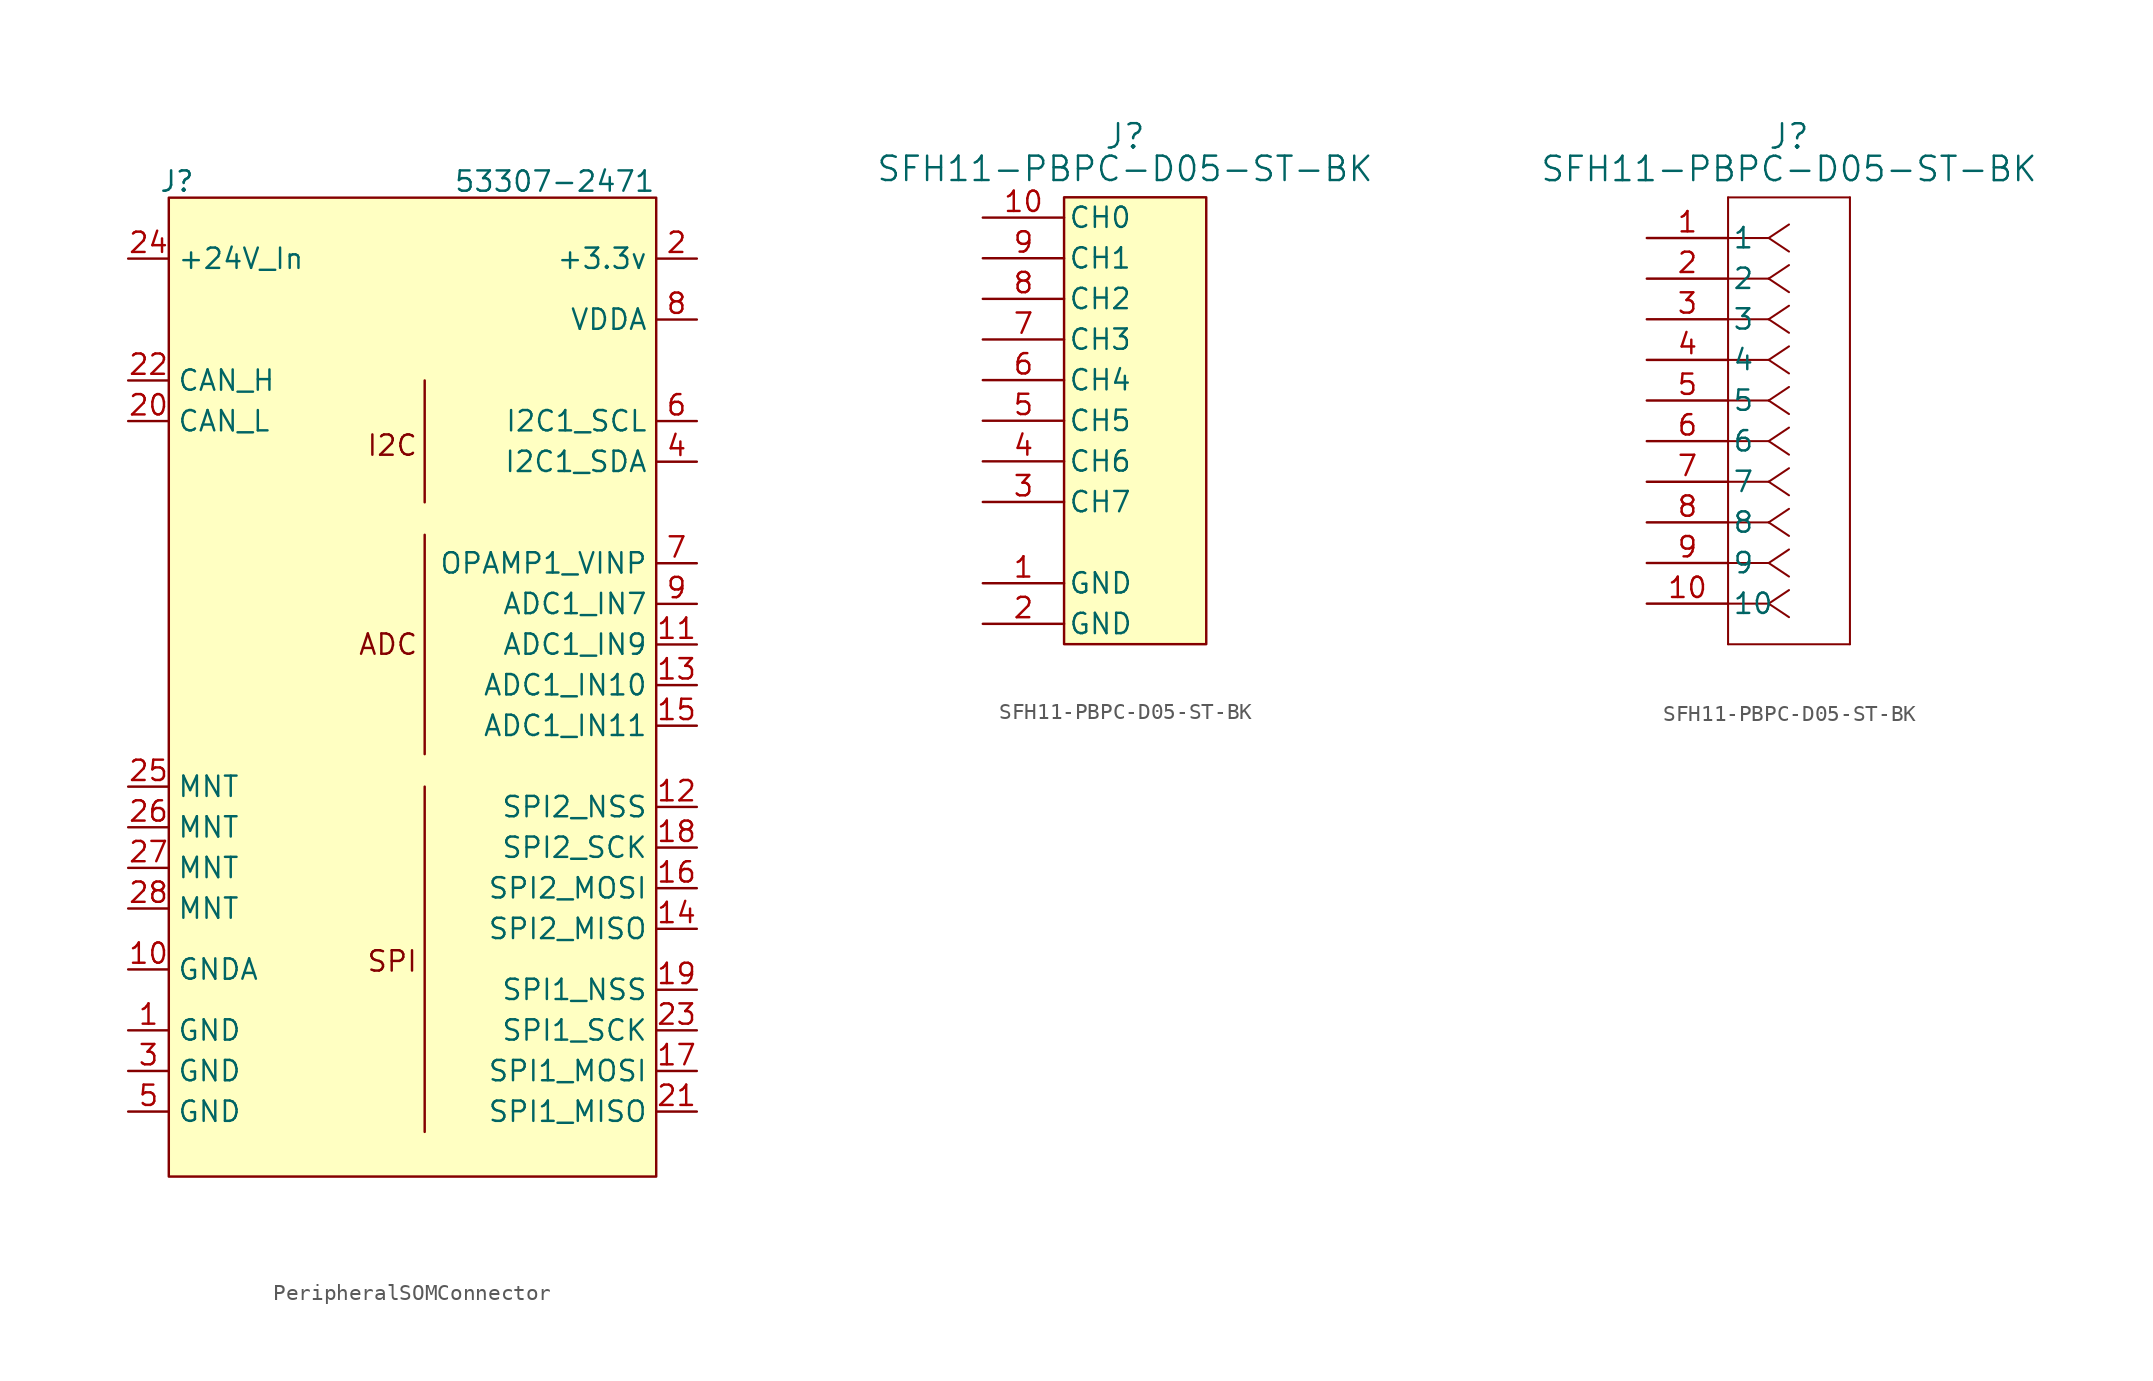
<source format=kicad_sym>
(kicad_symbol_lib
  (version 20241209)
  (generator "kicad_symbol_editor")
  (generator_version "9.0")
  (symbol "PeripheralSOMConnector"
    (property "Reference" "J"
      (at -14.732 -2.794 0)
      (effects (font (size 1.27 1.27) (thickness 0.159))))
    (property "Value" "53307-2471"
      (at 8.89 -2.794 0)
      (effects (font (size 1.27 1.27))))
    (symbol "PeripheralSOMConnector_0_1"
      (polyline (pts (xy 0.762 -22.86) (xy 0.762 -15.24)) (stroke (width 0) (type default)) (fill (type none)))
      (polyline (pts (xy 0.762 -24.892) (xy 0.762 -38.608)) (stroke (width 0) (type default)) (fill (type none)))
      (polyline (pts (xy 0.762 -40.64) (xy 0.762 -62.23)) (stroke (width 0) (type default)) (fill (type none))))
    (symbol "PeripheralSOMConnector_1_1"
      (rectangle (start -15.24 -3.81) (end 15.24 -65.024) (stroke (width 0) (type solid)) (fill (type background)))
      (text "ADC" (at -1.524 -31.75 0) (effects (font (size 1.27 1.27))))
      (text "I2C" (at -1.27 -19.304 0) (effects (font (size 1.27 1.27))))
      (text "SPI" (at -1.27 -51.562 0) (effects (font (size 1.27 1.27))))
      (pin power_in line (at -17.78 -7.62 0) (length 2.54) (name "+24V_In" (effects (font (size 1.27 1.27)))) (number "24" (effects (font (size 1.27 1.27)))))
      (pin bidirectional line (at -17.78 -15.24 0) (length 2.54) (name "CAN_H" (effects (font (size 1.27 1.27)))) (number "22" (effects (font (size 1.27 1.27)))))
      (pin bidirectional line (at -17.78 -17.78 0) (length 2.54) (name "CAN_L" (effects (font (size 1.27 1.27)))) (number "20" (effects (font (size 1.27 1.27)))))
      (pin power_in line (at -17.78 -40.64 0) (length 2.54) (name "MNT" (effects (font (size 1.27 1.27)))) (number "25" (effects (font (size 1.27 1.27)))))
      (pin power_in line (at -17.78 -43.18 0) (length 2.54) (name "MNT" (effects (font (size 1.27 1.27)))) (number "26" (effects (font (size 1.27 1.27)))))
      (pin power_in line (at -17.78 -45.72 0) (length 2.54) (name "MNT" (effects (font (size 1.27 1.27)))) (number "27" (effects (font (size 1.27 1.27)))))
      (pin power_in line (at -17.78 -48.26 0) (length 2.54) (name "MNT" (effects (font (size 1.27 1.27)))) (number "28" (effects (font (size 1.27 1.27)))))
      (pin power_out line (at -17.78 -52.07 0) (length 2.54) (name "GNDA" (effects (font (size 1.27 1.27)))) (number "10" (effects (font (size 1.27 1.27)))))
      (pin power_in line (at -17.78 -55.88 0) (length 2.54) (name "GND" (effects (font (size 1.27 1.27)))) (number "1" (effects (font (size 1.27 1.27)))))
      (pin power_in line (at -17.78 -58.42 0) (length 2.54) (name "GND" (effects (font (size 1.27 1.27)))) (number "3" (effects (font (size 1.27 1.27)))))
      (pin power_in line (at -17.78 -60.96 0) (length 2.54) (name "GND" (effects (font (size 1.27 1.27)))) (number "5" (effects (font (size 1.27 1.27)))))
      (pin power_out line (at 17.78 -7.62 180) (length 2.54) (name "+3.3v" (effects (font (size 1.27 1.27)))) (number "2" (effects (font (size 1.27 1.27)))))
      (pin power_out line (at 17.78 -11.43 180) (length 2.54) (name "VDDA" (effects (font (size 1.27 1.27)))) (number "8" (effects (font (size 1.27 1.27)))))
      (pin output line (at 17.78 -17.78 180) (length 2.54) (name "I2C1_SCL" (effects (font (size 1.27 1.27)))) (number "6" (effects (font (size 1.27 1.27)))))
      (pin bidirectional line (at 17.78 -20.32 180) (length 2.54) (name "I2C1_SDA" (effects (font (size 1.27 1.27)))) (number "4" (effects (font (size 1.27 1.27)))))
      (pin input line (at 17.78 -26.67 180) (length 2.54) (name "OPAMP1_VINP" (effects (font (size 1.27 1.27)))) (number "7" (effects (font (size 1.27 1.27)))))
      (pin input line (at 17.78 -29.21 180) (length 2.54) (name "ADC1_IN7" (effects (font (size 1.27 1.27)))) (number "9" (effects (font (size 1.27 1.27)))))
      (pin input line (at 17.78 -31.75 180) (length 2.54) (name "ADC1_IN9" (effects (font (size 1.27 1.27)))) (number "11" (effects (font (size 1.27 1.27)))))
      (pin input line (at 17.78 -34.29 180) (length 2.54) (name "ADC1_IN10" (effects (font (size 1.27 1.27)))) (number "13" (effects (font (size 1.27 1.27)))))
      (pin input line (at 17.78 -36.83 180) (length 2.54) (name "ADC1_IN11" (effects (font (size 1.27 1.27)))) (number "15" (effects (font (size 1.27 1.27)))))
      (pin output line (at 17.78 -41.91 180) (length 2.54) (name "SPI2_NSS" (effects (font (size 1.27 1.27)))) (number "12" (effects (font (size 1.27 1.27)))))
      (pin output line (at 17.78 -44.45 180) (length 2.54) (name "SPI2_SCK" (effects (font (size 1.27 1.27)))) (number "18" (effects (font (size 1.27 1.27)))))
      (pin output line (at 17.78 -46.99 180) (length 2.54) (name "SPI2_MOSI" (effects (font (size 1.27 1.27)))) (number "16" (effects (font (size 1.27 1.27)))))
      (pin input line (at 17.78 -49.53 180) (length 2.54) (name "SPI2_MISO" (effects (font (size 1.27 1.27)))) (number "14" (effects (font (size 1.27 1.27)))))
      (pin output line (at 17.78 -53.34 180) (length 2.54) (name "SPI1_NSS" (effects (font (size 1.27 1.27)))) (number "19" (effects (font (size 1.27 1.27)))))
      (pin output line (at 17.78 -55.88 180) (length 2.54) (name "SPI1_SCK" (effects (font (size 1.27 1.27)))) (number "23" (effects (font (size 1.27 1.27)))))
      (pin output line (at 17.78 -58.42 180) (length 2.54) (name "SPI1_MOSI" (effects (font (size 1.27 1.27)))) (number "17" (effects (font (size 1.27 1.27)))))
      (pin input line (at 17.78 -60.96 180) (length 2.54) (name "SPI1_MISO" (effects (font (size 1.27 1.27)))) (number "21" (effects (font (size 1.27 1.27)))))))
  (symbol "SFH11-PBPC-D05-ST-BK"
    (pin_names
      (offset 0.254))
    (property "Reference" "J"
      (at 8.89 6.35 0)
      (effects (font (size 1.524 1.524))))
    (property "Value" "SFH11-PBPC-D05-ST-BK"
      (at 8.89 4.318 0)
      (effects (font (size 1.524 1.524))))
    (symbol "SFH11-PBPC-D05-ST-BK_1_1"
      (rectangle (start 5.08 2.54) (end 13.97 -25.4) (stroke (width 0) (type solid)) (fill (type background)))
      (pin output line (at 0 1.27 0) (length 5.08) (name "CH0" (effects (font (size 1.27 1.27)))) (number "10" (effects (font (size 1.27 1.27)))))
      (pin output line (at 0 -1.27 0) (length 5.08) (name "CH1" (effects (font (size 1.27 1.27)))) (number "9" (effects (font (size 1.27 1.27)))))
      (pin output line (at 0 -3.81 0) (length 5.08) (name "CH2" (effects (font (size 1.27 1.27)))) (number "8" (effects (font (size 1.27 1.27)))))
      (pin output line (at 0 -6.35 0) (length 5.08) (name "CH3" (effects (font (size 1.27 1.27)))) (number "7" (effects (font (size 1.27 1.27)))))
      (pin output line (at 0 -8.89 0) (length 5.08) (name "CH4" (effects (font (size 1.27 1.27)))) (number "6" (effects (font (size 1.27 1.27)))))
      (pin output line (at 0 -11.43 0) (length 5.08) (name "CH5" (effects (font (size 1.27 1.27)))) (number "5" (effects (font (size 1.27 1.27)))))
      (pin output line (at 0 -13.97 0) (length 5.08) (name "CH6" (effects (font (size 1.27 1.27)))) (number "4" (effects (font (size 1.27 1.27)))))
      (pin output line (at 0 -16.51 0) (length 5.08) (name "CH7" (effects (font (size 1.27 1.27)))) (number "3" (effects (font (size 1.27 1.27)))))
      (pin output line (at 0 -21.59 0) (length 5.08) (name "GND" (effects (font (size 1.27 1.27)))) (number "1" (effects (font (size 1.27 1.27)))))
      (pin output line (at 0 -24.13 0) (length 5.08) (name "GND" (effects (font (size 1.27 1.27)))) (number "2" (effects (font (size 1.27 1.27))))))
    (symbol "SFH11-PBPC-D05-ST-BK_1_2"
      (polyline (pts (xy 5.08 2.54) (xy 5.08 -25.4)) (stroke (width 0.127) (type default)) (fill (type none)))
      (polyline (pts (xy 5.08 -25.4) (xy 12.7 -25.4)) (stroke (width 0.127) (type default)) (fill (type none)))
      (polyline (pts (xy 7.62 0) (xy 5.08 0)) (stroke (width 0.127) (type default)) (fill (type none)))
      (polyline (pts (xy 7.62 0) (xy 8.89 0.847)) (stroke (width 0.127) (type default)) (fill (type none)))
      (polyline (pts (xy 7.62 0) (xy 8.89 -0.847)) (stroke (width 0.127) (type default)) (fill (type none)))
      (polyline (pts (xy 7.62 -2.54) (xy 5.08 -2.54)) (stroke (width 0.127) (type default)) (fill (type none)))
      (polyline (pts (xy 7.62 -2.54) (xy 8.89 -1.693)) (stroke (width 0.127) (type default)) (fill (type none)))
      (polyline (pts (xy 7.62 -2.54) (xy 8.89 -3.387)) (stroke (width 0.127) (type default)) (fill (type none)))
      (polyline (pts (xy 7.62 -5.08) (xy 5.08 -5.08)) (stroke (width 0.127) (type default)) (fill (type none)))
      (polyline (pts (xy 7.62 -5.08) (xy 8.89 -4.233)) (stroke (width 0.127) (type default)) (fill (type none)))
      (polyline (pts (xy 7.62 -5.08) (xy 8.89 -5.927)) (stroke (width 0.127) (type default)) (fill (type none)))
      (polyline (pts (xy 7.62 -7.62) (xy 5.08 -7.62)) (stroke (width 0.127) (type default)) (fill (type none)))
      (polyline (pts (xy 7.62 -7.62) (xy 8.89 -6.773)) (stroke (width 0.127) (type default)) (fill (type none)))
      (polyline (pts (xy 7.62 -7.62) (xy 8.89 -8.467)) (stroke (width 0.127) (type default)) (fill (type none)))
      (polyline (pts (xy 7.62 -10.16) (xy 5.08 -10.16)) (stroke (width 0.127) (type default)) (fill (type none)))
      (polyline (pts (xy 7.62 -10.16) (xy 8.89 -9.313)) (stroke (width 0.127) (type default)) (fill (type none)))
      (polyline (pts (xy 7.62 -10.16) (xy 8.89 -11.007)) (stroke (width 0.127) (type default)) (fill (type none)))
      (polyline (pts (xy 7.62 -12.7) (xy 5.08 -12.7)) (stroke (width 0.127) (type default)) (fill (type none)))
      (polyline (pts (xy 7.62 -12.7) (xy 8.89 -11.853)) (stroke (width 0.127) (type default)) (fill (type none)))
      (polyline (pts (xy 7.62 -12.7) (xy 8.89 -13.547)) (stroke (width 0.127) (type default)) (fill (type none)))
      (polyline (pts (xy 7.62 -15.24) (xy 5.08 -15.24)) (stroke (width 0.127) (type default)) (fill (type none)))
      (polyline (pts (xy 7.62 -15.24) (xy 8.89 -14.393)) (stroke (width 0.127) (type default)) (fill (type none)))
      (polyline (pts (xy 7.62 -15.24) (xy 8.89 -16.087)) (stroke (width 0.127) (type default)) (fill (type none)))
      (polyline (pts (xy 7.62 -17.78) (xy 5.08 -17.78)) (stroke (width 0.127) (type default)) (fill (type none)))
      (polyline (pts (xy 7.62 -17.78) (xy 8.89 -16.933)) (stroke (width 0.127) (type default)) (fill (type none)))
      (polyline (pts (xy 7.62 -17.78) (xy 8.89 -18.627)) (stroke (width 0.127) (type default)) (fill (type none)))
      (polyline (pts (xy 7.62 -20.32) (xy 5.08 -20.32)) (stroke (width 0.127) (type default)) (fill (type none)))
      (polyline (pts (xy 7.62 -20.32) (xy 8.89 -19.473)) (stroke (width 0.127) (type default)) (fill (type none)))
      (polyline (pts (xy 7.62 -20.32) (xy 8.89 -21.167)) (stroke (width 0.127) (type default)) (fill (type none)))
      (polyline (pts (xy 7.62 -22.86) (xy 5.08 -22.86)) (stroke (width 0.127) (type default)) (fill (type none)))
      (polyline (pts (xy 7.62 -22.86) (xy 8.89 -22.013)) (stroke (width 0.127) (type default)) (fill (type none)))
      (polyline (pts (xy 7.62 -22.86) (xy 8.89 -23.707)) (stroke (width 0.127) (type default)) (fill (type none)))
      (polyline (pts (xy 12.7 2.54) (xy 5.08 2.54)) (stroke (width 0.127) (type default)) (fill (type none)))
      (polyline (pts (xy 12.7 -25.4) (xy 12.7 2.54)) (stroke (width 0.127) (type default)) (fill (type none)))
      (pin unspecified line (at 0 0 0) (length 5.08) (name "1" (effects (font (size 1.27 1.27)))) (number "1" (effects (font (size 1.27 1.27)))))
      (pin unspecified line (at 0 -2.54 0) (length 5.08) (name "2" (effects (font (size 1.27 1.27)))) (number "2" (effects (font (size 1.27 1.27)))))
      (pin unspecified line (at 0 -5.08 0) (length 5.08) (name "3" (effects (font (size 1.27 1.27)))) (number "3" (effects (font (size 1.27 1.27)))))
      (pin unspecified line (at 0 -7.62 0) (length 5.08) (name "4" (effects (font (size 1.27 1.27)))) (number "4" (effects (font (size 1.27 1.27)))))
      (pin unspecified line (at 0 -10.16 0) (length 5.08) (name "5" (effects (font (size 1.27 1.27)))) (number "5" (effects (font (size 1.27 1.27)))))
      (pin unspecified line (at 0 -12.7 0) (length 5.08) (name "6" (effects (font (size 1.27 1.27)))) (number "6" (effects (font (size 1.27 1.27)))))
      (pin unspecified line (at 0 -15.24 0) (length 5.08) (name "7" (effects (font (size 1.27 1.27)))) (number "7" (effects (font (size 1.27 1.27)))))
      (pin unspecified line (at 0 -17.78 0) (length 5.08) (name "8" (effects (font (size 1.27 1.27)))) (number "8" (effects (font (size 1.27 1.27)))))
      (pin unspecified line (at 0 -20.32 0) (length 5.08) (name "9" (effects (font (size 1.27 1.27)))) (number "9" (effects (font (size 1.27 1.27)))))
      (pin unspecified line (at 0 -22.86 0) (length 5.08) (name "10" (effects (font (size 1.27 1.27)))) (number "10" (effects (font (size 1.27 1.27))))))))
</source>
